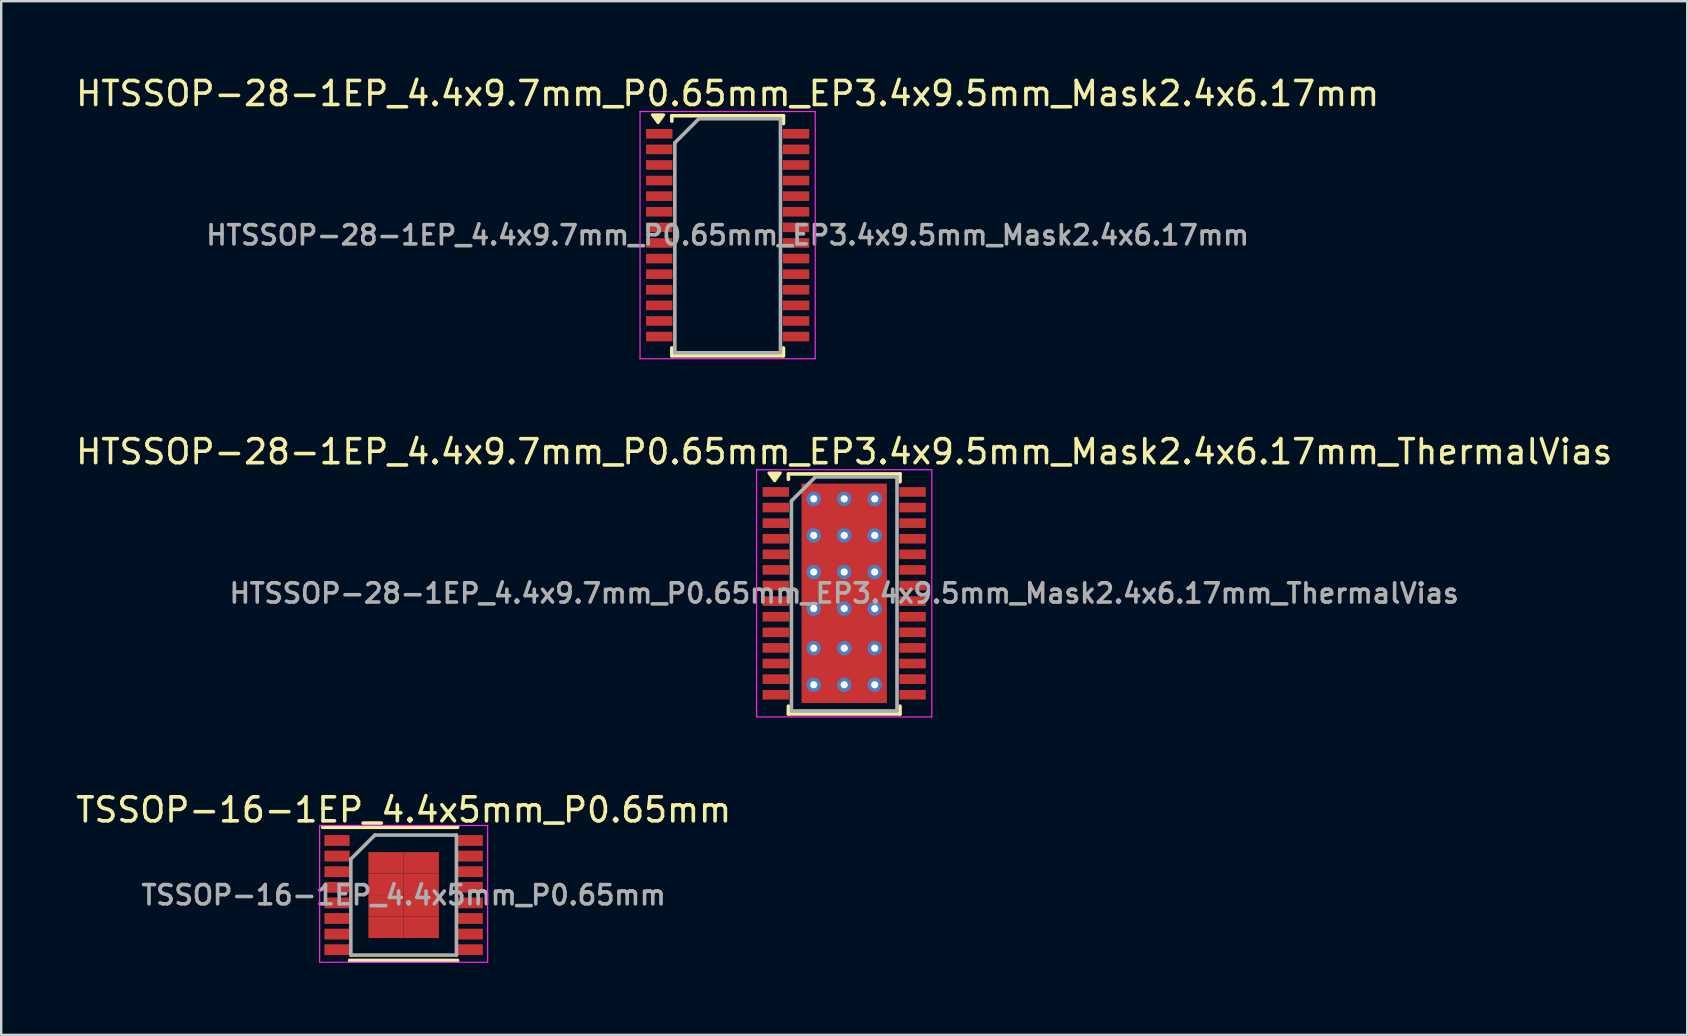
<source format=kicad_pcb>
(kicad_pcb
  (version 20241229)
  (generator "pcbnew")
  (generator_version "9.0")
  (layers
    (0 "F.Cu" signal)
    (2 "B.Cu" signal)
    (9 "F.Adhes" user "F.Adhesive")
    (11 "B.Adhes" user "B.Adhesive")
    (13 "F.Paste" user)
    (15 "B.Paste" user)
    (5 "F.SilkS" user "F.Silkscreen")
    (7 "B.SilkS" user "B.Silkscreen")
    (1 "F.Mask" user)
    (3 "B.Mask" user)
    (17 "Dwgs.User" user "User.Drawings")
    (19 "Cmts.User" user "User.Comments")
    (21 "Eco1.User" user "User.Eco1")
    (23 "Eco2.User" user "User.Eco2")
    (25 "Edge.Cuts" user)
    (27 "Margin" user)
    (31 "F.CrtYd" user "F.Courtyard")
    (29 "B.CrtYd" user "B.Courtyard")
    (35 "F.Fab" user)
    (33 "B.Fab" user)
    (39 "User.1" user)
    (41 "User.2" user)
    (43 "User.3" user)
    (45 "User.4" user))
  (footprint "HTSSOP-28-1EP_4.4x9.7mm_P0.65mm_EP3.4x9.5mm_Mask2.4x6.17mm_ThermalVias"
    (layer "F.Cu")
    (at 32.125 21.672)
    (property "Reference" "HTSSOP-28-1EP_4.4x9.7mm_P0.65mm_EP3.4x9.5mm_Mask2.4x6.17mm_ThermalVias" (at 0 -5.9 0) (layer "F.SilkS") (effects (font (size 1 1) (thickness 0.15))))
    (attr smd)
    (fp_line (start -2.325 -4.975) (end -2.325 -4.75) (stroke (width 0.15) (type solid)) (layer "F.SilkS"))
    (fp_line (start -2.325 -4.975) (end 2.325 -4.975) (stroke (width 0.15) (type solid)) (layer "F.SilkS"))
    (fp_line (start -2.325 5.026) (end -2.325 4.701) (stroke (width 0.15) (type solid)) (layer "F.SilkS"))
    (fp_line (start -2.325 5.026) (end 2.325 5.026) (stroke (width 0.15) (type solid)) (layer "F.SilkS"))
    (fp_line (start 2.325 -4.975) (end 2.325 -4.65) (stroke (width 0.15) (type solid)) (layer "F.SilkS"))
    (fp_line (start 2.325 5.026) (end 2.325 4.701) (stroke (width 0.15) (type solid)) (layer "F.SilkS"))
    (fp_poly (pts (xy -2.9 -4.685) (xy -3.14 -5.015) (xy -2.66 -5.015) (xy -2.9 -4.685)) (stroke (width 0.12) (type solid)) (fill yes) (layer "F.SilkS"))
    (fp_line (start -3.65 -5.15) (end -3.65 5.15) (stroke (width 0.05) (type solid)) (layer "F.CrtYd"))
    (fp_line (start -3.65 -5.15) (end 3.65 -5.15) (stroke (width 0.05) (type solid)) (layer "F.CrtYd"))
    (fp_line (start -3.65 5.15) (end 3.65 5.15) (stroke (width 0.05) (type solid)) (layer "F.CrtYd"))
    (fp_line (start 3.65 -5.15) (end 3.65 5.15) (stroke (width 0.05) (type solid)) (layer "F.CrtYd"))
    (fp_line (start -2.2 -3.85) (end -1.2 -4.85) (stroke (width 0.15) (type solid)) (layer "F.Fab"))
    (fp_line (start -2.2 4.85) (end -2.2 -3.85) (stroke (width 0.15) (type solid)) (layer "F.Fab"))
    (fp_line (start -1.2 -4.85) (end 2.2 -4.85) (stroke (width 0.15) (type solid)) (layer "F.Fab"))
    (fp_line (start 2.2 -4.85) (end 2.2 4.85) (stroke (width 0.15) (type solid)) (layer "F.Fab"))
    (fp_line (start 2.2 4.901) (end -2.2 4.901) (stroke (width 0.15) (type solid)) (layer "F.Fab"))
    (fp_text user "${REFERENCE}" (at 0 0 0) (layer "F.Fab") (effects (font (size 0.8 0.8) (thickness 0.15))))
    (pad "1" smd rect (at -2.85 -4.225) (size 1.1 0.4) (layers "F.Cu" "F.Mask" "F.Paste"))
    (pad "2" smd rect (at -2.85 -3.575) (size 1.1 0.4) (layers "F.Cu" "F.Mask" "F.Paste"))
    (pad "3" smd rect (at -2.85 -2.925) (size 1.1 0.4) (layers "F.Cu" "F.Mask" "F.Paste"))
    (pad "4" smd rect (at -2.85 -2.275) (size 1.1 0.4) (layers "F.Cu" "F.Mask" "F.Paste"))
    (pad "5" smd rect (at -2.85 -1.625) (size 1.1 0.4) (layers "F.Cu" "F.Mask" "F.Paste"))
    (pad "6" smd rect (at -2.85 -0.975) (size 1.1 0.4) (layers "F.Cu" "F.Mask" "F.Paste"))
    (pad "7" smd rect (at -2.85 -0.325) (size 1.1 0.4) (layers "F.Cu" "F.Mask" "F.Paste"))
    (pad "8" smd rect (at -2.85 0.325) (size 1.1 0.4) (layers "F.Cu" "F.Mask" "F.Paste"))
    (pad "9" smd rect (at -2.85 0.975) (size 1.1 0.4) (layers "F.Cu" "F.Mask" "F.Paste"))
    (pad "10" smd rect (at -2.85 1.625) (size 1.1 0.4) (layers "F.Cu" "F.Mask" "F.Paste"))
    (pad "11" smd rect (at -2.85 2.275) (size 1.1 0.4) (layers "F.Cu" "F.Mask" "F.Paste"))
    (pad "12" smd rect (at -2.85 2.925) (size 1.1 0.4) (layers "F.Cu" "F.Mask" "F.Paste"))
    (pad "13" smd rect (at -2.85 3.575) (size 1.1 0.4) (layers "F.Cu" "F.Mask" "F.Paste"))
    (pad "14" smd rect (at -2.85 4.225) (size 1.1 0.4) (layers "F.Cu" "F.Mask" "F.Paste"))
    (pad "15" smd rect (at 2.85 4.225) (size 1.1 0.4) (layers "F.Cu" "F.Mask" "F.Paste"))
    (pad "16" smd rect (at 2.85 3.575) (size 1.1 0.4) (layers "F.Cu" "F.Mask" "F.Paste"))
    (pad "17" smd rect (at 2.85 2.925) (size 1.1 0.4) (layers "F.Cu" "F.Mask" "F.Paste"))
    (pad "18" smd rect (at 2.85 2.275) (size 1.1 0.4) (layers "F.Cu" "F.Mask" "F.Paste"))
    (pad "19" smd rect (at 2.85 1.625) (size 1.1 0.4) (layers "F.Cu" "F.Mask" "F.Paste"))
    (pad "20" smd rect (at 2.85 0.975) (size 1.1 0.4) (layers "F.Cu" "F.Mask" "F.Paste"))
    (pad "21" smd rect (at 2.85 0.325) (size 1.1 0.4) (layers "F.Cu" "F.Mask" "F.Paste"))
    (pad "22" smd rect (at 2.85 -0.325) (size 1.1 0.4) (layers "F.Cu" "F.Mask" "F.Paste"))
    (pad "23" smd rect (at 2.85 -0.975) (size 1.1 0.4) (layers "F.Cu" "F.Mask" "F.Paste"))
    (pad "24" smd rect (at 2.85 -1.625) (size 1.1 0.4) (layers "F.Cu" "F.Mask" "F.Paste"))
    (pad "25" smd rect (at 2.85 -2.275) (size 1.1 0.4) (layers "F.Cu" "F.Mask" "F.Paste"))
    (pad "26" smd rect (at 2.85 -2.925) (size 1.1 0.4) (layers "F.Cu" "F.Mask" "F.Paste"))
    (pad "27" smd rect (at 2.85 -3.575) (size 1.1 0.4) (layers "F.Cu" "F.Mask" "F.Paste"))
    (pad "28" smd rect (at 2.85 -4.225) (size 1.1 0.4) (layers "F.Cu" "F.Mask" "F.Paste"))
    (pad "29" thru_hole circle (at -1.27 -3.937) (size 0.6 0.6) (drill 0.3) (property pad_prop_heatsink) (layers "*.Cu"))
    (pad "29" thru_hole circle (at -1.27 -2.413) (size 0.6 0.6) (drill 0.3) (property pad_prop_heatsink) (layers "*.Cu"))
    (pad "29" thru_hole circle (at -1.27 -0.889) (size 0.6 0.6) (drill 0.3) (property pad_prop_heatsink) (layers "*.Cu"))
    (pad "29" thru_hole circle (at -1.27 0.635) (size 0.6 0.6) (drill 0.3) (property pad_prop_heatsink) (layers "*.Cu"))
    (pad "29" thru_hole circle (at -1.27 2.286) (size 0.6 0.6) (drill 0.3) (property pad_prop_heatsink) (layers "*.Cu"))
    (pad "29" thru_hole circle (at -1.27 3.81) (size 0.6 0.6) (drill 0.3) (property pad_prop_heatsink) (layers "*.Cu"))
    (pad "29" thru_hole circle (at 0 -3.937) (size 0.6 0.6) (drill 0.3) (property pad_prop_heatsink) (layers "*.Cu"))
    (pad "29" thru_hole circle (at 0 -2.413) (size 0.6 0.6) (drill 0.3) (property pad_prop_heatsink) (layers "*.Cu"))
    (pad "29" thru_hole circle (at 0 -0.889) (size 0.6 0.6) (drill 0.3) (property pad_prop_heatsink) (layers "*.Cu"))
    (pad "29" smd rect (at 0 0) (size 3.556 9.144) (layers "F.Cu" "F.Mask" "F.Paste"))
    (pad "29" thru_hole circle (at 0 0.635) (size 0.6 0.6) (drill 0.3) (property pad_prop_heatsink) (layers "*.Cu"))
    (pad "29" thru_hole circle (at 0 2.286) (size 0.6 0.6) (drill 0.3) (property pad_prop_heatsink) (layers "*.Cu"))
    (pad "29" thru_hole circle (at 0 3.81) (size 0.6 0.6) (drill 0.3) (property pad_prop_heatsink) (layers "*.Cu"))
    (pad "29" thru_hole circle (at 1.27 -3.937) (size 0.6 0.6) (drill 0.3) (property pad_prop_heatsink) (layers "*.Cu"))
    (pad "29" thru_hole circle (at 1.27 -2.413) (size 0.6 0.6) (drill 0.3) (property pad_prop_heatsink) (layers "*.Cu"))
    (pad "29" thru_hole circle (at 1.27 -0.889) (size 0.6 0.6) (drill 0.3) (property pad_prop_heatsink) (layers "*.Cu"))
    (pad "29" thru_hole circle (at 1.27 0.635) (size 0.6 0.6) (drill 0.3) (property pad_prop_heatsink) (layers "*.Cu"))
    (pad "29" thru_hole circle (at 1.27 2.286) (size 0.6 0.6) (drill 0.3) (property pad_prop_heatsink) (layers "*.Cu"))
    (pad "29" thru_hole circle (at 1.27 3.81) (size 0.6 0.6) (drill 0.3) (property pad_prop_heatsink) (layers "*.Cu")))
  (footprint "HTSSOP-28-1EP_4.4x9.7mm_P0.65mm_EP3.4x9.5mm_Mask2.4x6.17mm"
    (layer "F.Cu")
    (at 27.268 6.748)
    (property "Reference" "HTSSOP-28-1EP_4.4x9.7mm_P0.65mm_EP3.4x9.5mm_Mask2.4x6.17mm" (at 0 -5.9 0) (layer "F.SilkS") (effects (font (size 1 1) (thickness 0.15))))
    (attr smd)
    (fp_line (start -2.325 -4.975) (end -2.325 -4.75) (stroke (width 0.15) (type solid)) (layer "F.SilkS"))
    (fp_line (start -2.325 -4.975) (end 2.325 -4.975) (stroke (width 0.15) (type solid)) (layer "F.SilkS"))
    (fp_line (start -2.325 5.026) (end -2.325 4.701) (stroke (width 0.15) (type solid)) (layer "F.SilkS"))
    (fp_line (start -2.325 5.026) (end 2.325 5.026) (stroke (width 0.15) (type solid)) (layer "F.SilkS"))
    (fp_line (start 2.325 -4.975) (end 2.325 -4.65) (stroke (width 0.15) (type solid)) (layer "F.SilkS"))
    (fp_line (start 2.325 5.026) (end 2.325 4.701) (stroke (width 0.15) (type solid)) (layer "F.SilkS"))
    (fp_poly (pts (xy -2.9 -4.685) (xy -3.14 -5.015) (xy -2.66 -5.015) (xy -2.9 -4.685)) (stroke (width 0.12) (type solid)) (fill yes) (layer "F.SilkS"))
    (fp_line (start -3.65 -5.15) (end -3.65 5.15) (stroke (width 0.05) (type solid)) (layer "F.CrtYd"))
    (fp_line (start -3.65 -5.15) (end 3.65 -5.15) (stroke (width 0.05) (type solid)) (layer "F.CrtYd"))
    (fp_line (start -3.65 5.15) (end 3.65 5.15) (stroke (width 0.05) (type solid)) (layer "F.CrtYd"))
    (fp_line (start 3.65 -5.15) (end 3.65 5.15) (stroke (width 0.05) (type solid)) (layer "F.CrtYd"))
    (fp_line (start -2.2 -3.85) (end -1.2 -4.85) (stroke (width 0.15) (type solid)) (layer "F.Fab"))
    (fp_line (start -2.2 4.85) (end -2.2 -3.85) (stroke (width 0.15) (type solid)) (layer "F.Fab"))
    (fp_line (start -1.2 -4.85) (end 2.2 -4.85) (stroke (width 0.15) (type solid)) (layer "F.Fab"))
    (fp_line (start 2.2 -4.85) (end 2.2 4.85) (stroke (width 0.15) (type solid)) (layer "F.Fab"))
    (fp_line (start 2.2 4.901) (end -2.2 4.901) (stroke (width 0.15) (type solid)) (layer "F.Fab"))
    (fp_text user "${REFERENCE}" (at 0 0 0) (layer "F.Fab") (effects (font (size 0.8 0.8) (thickness 0.15))))
    (pad "1" smd rect (at -2.85 -4.225) (size 1.1 0.4) (layers "F.Cu" "F.Mask" "F.Paste"))
    (pad "2" smd rect (at -2.85 -3.575) (size 1.1 0.4) (layers "F.Cu" "F.Mask" "F.Paste"))
    (pad "3" smd rect (at -2.85 -2.925) (size 1.1 0.4) (layers "F.Cu" "F.Mask" "F.Paste"))
    (pad "4" smd rect (at -2.85 -2.275) (size 1.1 0.4) (layers "F.Cu" "F.Mask" "F.Paste"))
    (pad "5" smd rect (at -2.85 -1.625) (size 1.1 0.4) (layers "F.Cu" "F.Mask" "F.Paste"))
    (pad "6" smd rect (at -2.85 -0.975) (size 1.1 0.4) (layers "F.Cu" "F.Mask" "F.Paste"))
    (pad "7" smd rect (at -2.85 -0.325) (size 1.1 0.4) (layers "F.Cu" "F.Mask" "F.Paste"))
    (pad "8" smd rect (at -2.85 0.325) (size 1.1 0.4) (layers "F.Cu" "F.Mask" "F.Paste"))
    (pad "9" smd rect (at -2.85 0.975) (size 1.1 0.4) (layers "F.Cu" "F.Mask" "F.Paste"))
    (pad "10" smd rect (at -2.85 1.625) (size 1.1 0.4) (layers "F.Cu" "F.Mask" "F.Paste"))
    (pad "11" smd rect (at -2.85 2.275) (size 1.1 0.4) (layers "F.Cu" "F.Mask" "F.Paste"))
    (pad "12" smd rect (at -2.85 2.925) (size 1.1 0.4) (layers "F.Cu" "F.Mask" "F.Paste"))
    (pad "13" smd rect (at -2.85 3.575) (size 1.1 0.4) (layers "F.Cu" "F.Mask" "F.Paste"))
    (pad "14" smd rect (at -2.85 4.225) (size 1.1 0.4) (layers "F.Cu" "F.Mask" "F.Paste"))
    (pad "15" smd rect (at 2.85 4.225) (size 1.1 0.4) (layers "F.Cu" "F.Mask" "F.Paste"))
    (pad "16" smd rect (at 2.85 3.575) (size 1.1 0.4) (layers "F.Cu" "F.Mask" "F.Paste"))
    (pad "17" smd rect (at 2.85 2.925) (size 1.1 0.4) (layers "F.Cu" "F.Mask" "F.Paste"))
    (pad "18" smd rect (at 2.85 2.275) (size 1.1 0.4) (layers "F.Cu" "F.Mask" "F.Paste"))
    (pad "19" smd rect (at 2.85 1.625) (size 1.1 0.4) (layers "F.Cu" "F.Mask" "F.Paste"))
    (pad "20" smd rect (at 2.85 0.975) (size 1.1 0.4) (layers "F.Cu" "F.Mask" "F.Paste"))
    (pad "21" smd rect (at 2.85 0.325) (size 1.1 0.4) (layers "F.Cu" "F.Mask" "F.Paste"))
    (pad "22" smd rect (at 2.85 -0.325) (size 1.1 0.4) (layers "F.Cu" "F.Mask" "F.Paste"))
    (pad "23" smd rect (at 2.85 -0.975) (size 1.1 0.4) (layers "F.Cu" "F.Mask" "F.Paste"))
    (pad "24" smd rect (at 2.85 -1.625) (size 1.1 0.4) (layers "F.Cu" "F.Mask" "F.Paste"))
    (pad "25" smd rect (at 2.85 -2.275) (size 1.1 0.4) (layers "F.Cu" "F.Mask" "F.Paste"))
    (pad "26" smd rect (at 2.85 -2.925) (size 1.1 0.4) (layers "F.Cu" "F.Mask" "F.Paste"))
    (pad "27" smd rect (at 2.85 -3.575) (size 1.1 0.4) (layers "F.Cu" "F.Mask" "F.Paste"))
    (pad "28" smd rect (at 2.85 -4.225) (size 1.1 0.4) (layers "F.Cu" "F.Mask" "F.Paste")))
  (footprint "TSSOP-16-1EP_4.4x5mm_P0.65mm"
    (layer "F.Cu")
    (at 13.768 34.245)
    (property "Reference" "TSSOP-16-1EP_4.4x5mm_P0.65mm" (at 0 -3.55 0) (layer "F.SilkS") (effects (font (size 1 1) (thickness 0.15))))
    (attr smd)
    (fp_line (start -3.375 -2.825) (end 2.25 -2.825) (stroke (width 0.15) (type solid)) (layer "F.SilkS"))
    (fp_line (start -2.25 2.725) (end 2.25 2.725) (stroke (width 0.15) (type solid)) (layer "F.SilkS"))
    (fp_line (start -3.5 -2.9) (end -3.5 2.8) (stroke (width 0.05) (type solid)) (layer "F.CrtYd"))
    (fp_line (start -3.5 -2.9) (end 3.5 -2.9) (stroke (width 0.05) (type solid)) (layer "F.CrtYd"))
    (fp_line (start -3.5 2.8) (end 3.5 2.8) (stroke (width 0.05) (type solid)) (layer "F.CrtYd"))
    (fp_line (start 3.5 -2.9) (end 3.5 2.8) (stroke (width 0.05) (type solid)) (layer "F.CrtYd"))
    (fp_line (start -2.2 -1.5) (end -1.2 -2.5) (stroke (width 0.15) (type solid)) (layer "F.Fab"))
    (fp_line (start -2.2 2.5) (end -2.2 -1.5) (stroke (width 0.15) (type solid)) (layer "F.Fab"))
    (fp_line (start -1.2 -2.5) (end 2.2 -2.5) (stroke (width 0.15) (type solid)) (layer "F.Fab"))
    (fp_line (start 2.2 -2.5) (end 2.2 2.5) (stroke (width 0.15) (type solid)) (layer "F.Fab"))
    (fp_line (start 2.2 2.5) (end -2.2 2.5) (stroke (width 0.15) (type solid)) (layer "F.Fab"))
    (fp_text user "${REFERENCE}" (at 0 0 0) (layer "F.Fab") (effects (font (size 0.8 0.8) (thickness 0.15))))
    (pad "" smd rect (at -0.735 -1.343) (size 1.47 0.895) (property pad_prop_heatsink) (layers "F.Cu" "F.Mask" "F.Paste"))
    (pad "" smd rect (at -0.735 -0.448) (size 1.47 0.895) (property pad_prop_heatsink) (layers "F.Cu" "F.Mask" "F.Paste"))
    (pad "" smd rect (at -0.735 0.448) (size 1.47 0.895) (property pad_prop_heatsink) (layers "F.Cu" "F.Mask" "F.Paste"))
    (pad "" smd rect (at -0.735 1.343) (size 1.47 0.895) (property pad_prop_heatsink) (layers "F.Cu" "F.Mask" "F.Paste"))
    (pad "" smd rect (at 0.735 -1.343) (size 1.47 0.895) (property pad_prop_heatsink) (layers "F.Cu" "F.Mask" "F.Paste"))
    (pad "" smd rect (at 0.735 -0.448) (size 1.47 0.895) (property pad_prop_heatsink) (layers "F.Cu" "F.Mask" "F.Paste"))
    (pad "" smd rect (at 0.735 0.448) (size 1.47 0.895) (property pad_prop_heatsink) (layers "F.Cu" "F.Mask" "F.Paste"))
    (pad "" smd rect (at 0.735 1.343) (size 1.47 0.895) (property pad_prop_heatsink) (layers "F.Cu" "F.Mask" "F.Paste"))
    (pad "1" smd rect (at -2.775 -2.275) (size 1.05 0.45) (layers "F.Cu" "F.Mask" "F.Paste"))
    (pad "2" smd rect (at -2.775 -1.625) (size 1.05 0.45) (layers "F.Cu" "F.Mask" "F.Paste"))
    (pad "3" smd rect (at -2.775 -0.975) (size 1.05 0.45) (layers "F.Cu" "F.Mask" "F.Paste"))
    (pad "4" smd rect (at -2.775 -0.325) (size 1.05 0.45) (layers "F.Cu" "F.Mask" "F.Paste"))
    (pad "5" smd rect (at -2.775 0.325) (size 1.05 0.45) (layers "F.Cu" "F.Mask" "F.Paste"))
    (pad "6" smd rect (at -2.775 0.975) (size 1.05 0.45) (layers "F.Cu" "F.Mask" "F.Paste"))
    (pad "7" smd rect (at -2.775 1.625) (size 1.05 0.45) (layers "F.Cu" "F.Mask" "F.Paste"))
    (pad "8" smd rect (at -2.775 2.275) (size 1.05 0.45) (layers "F.Cu" "F.Mask" "F.Paste"))
    (pad "9" smd rect (at 2.775 2.275) (size 1.05 0.45) (layers "F.Cu" "F.Mask" "F.Paste"))
    (pad "10" smd rect (at 2.775 1.625) (size 1.05 0.45) (layers "F.Cu" "F.Mask" "F.Paste"))
    (pad "11" smd rect (at 2.775 0.975) (size 1.05 0.45) (layers "F.Cu" "F.Mask" "F.Paste"))
    (pad "12" smd rect (at 2.775 0.325) (size 1.05 0.45) (layers "F.Cu" "F.Mask" "F.Paste"))
    (pad "13" smd rect (at 2.775 -0.325) (size 1.05 0.45) (layers "F.Cu" "F.Mask" "F.Paste"))
    (pad "14" smd rect (at 2.775 -0.975) (size 1.05 0.45) (layers "F.Cu" "F.Mask" "F.Paste"))
    (pad "15" smd rect (at 2.775 -1.625) (size 1.05 0.45) (layers "F.Cu" "F.Mask" "F.Paste"))
    (pad "16" smd rect (at 2.775 -2.275) (size 1.05 0.45) (layers "F.Cu" "F.Mask" "F.Paste")))
  (gr_rect
    (start -3 -3)
    (end 67.25 40.07)
    (stroke (width 0.1) (type default))
    (fill no)
    (layer "Edge.Cuts")))
</source>
